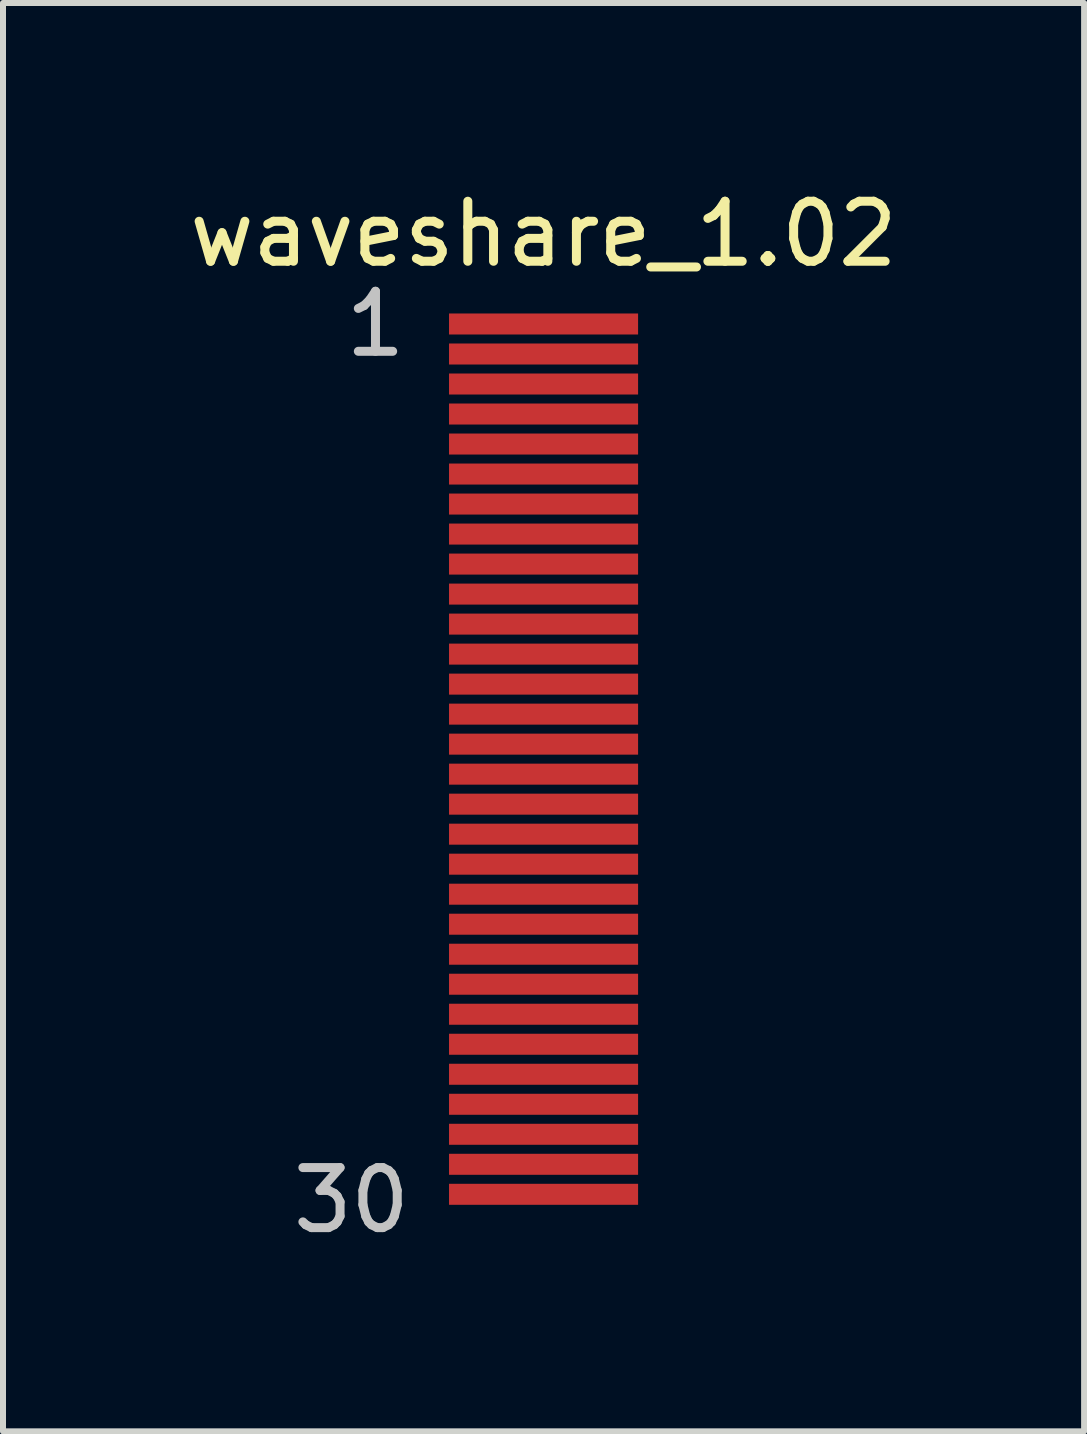
<source format=kicad_pcb>
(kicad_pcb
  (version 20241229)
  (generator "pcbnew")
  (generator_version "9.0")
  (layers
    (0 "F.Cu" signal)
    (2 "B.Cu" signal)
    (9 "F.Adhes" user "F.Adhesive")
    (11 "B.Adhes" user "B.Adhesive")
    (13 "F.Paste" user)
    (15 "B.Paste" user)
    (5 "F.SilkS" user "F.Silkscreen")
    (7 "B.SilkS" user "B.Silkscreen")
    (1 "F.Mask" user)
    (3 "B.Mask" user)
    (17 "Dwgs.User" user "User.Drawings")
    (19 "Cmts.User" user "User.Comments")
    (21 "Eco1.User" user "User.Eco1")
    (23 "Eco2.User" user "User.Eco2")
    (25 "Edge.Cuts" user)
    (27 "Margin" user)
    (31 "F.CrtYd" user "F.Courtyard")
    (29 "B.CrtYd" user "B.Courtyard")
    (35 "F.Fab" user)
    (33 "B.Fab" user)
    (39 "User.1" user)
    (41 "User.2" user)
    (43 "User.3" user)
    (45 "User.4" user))
  (footprint "waveshare_1.02"
    (layer "F.Cu")
    (at 6.006 0.348)
    (property "Reference" "waveshare_1.02" (at 0 0.5 0) (layer "F.SilkS") (effects (font (size 1 1) (thickness 0.15))))
    (attr through_hole)
    (fp_text user "30" (at -3.2 16.6 0) (layer "Dwgs.User") (effects (font (size 1 1) (thickness 0.15))))
    (fp_text user "1" (at -2.8 2 0) (layer "Dwgs.User") (effects (font (size 1 1) (thickness 0.15))))
    (pad "1" smd rect (at 0 2) (size 3.15 0.35) (layers "F.Cu" "F.Mask" "F.Paste"))
    (pad "2" smd rect (at 0 2.5) (size 3.15 0.35) (layers "F.Cu" "F.Mask" "F.Paste"))
    (pad "3" smd rect (at 0 3) (size 3.15 0.35) (layers "F.Cu" "F.Mask" "F.Paste"))
    (pad "4" smd rect (at 0 3.5) (size 3.15 0.35) (layers "F.Cu" "F.Mask" "F.Paste"))
    (pad "5" smd rect (at 0 4) (size 3.15 0.35) (layers "F.Cu" "F.Mask" "F.Paste"))
    (pad "6" smd rect (at 0 4.5) (size 3.15 0.35) (layers "F.Cu" "F.Mask" "F.Paste"))
    (pad "7" smd rect (at 0 5) (size 3.15 0.35) (layers "F.Cu" "F.Mask" "F.Paste"))
    (pad "8" smd rect (at 0 5.5) (size 3.15 0.35) (layers "F.Cu" "F.Mask" "F.Paste"))
    (pad "9" smd rect (at 0 6) (size 3.15 0.35) (layers "F.Cu" "F.Mask" "F.Paste"))
    (pad "10" smd rect (at 0 6.5) (size 3.15 0.35) (layers "F.Cu" "F.Mask" "F.Paste"))
    (pad "11" smd rect (at 0 7) (size 3.15 0.35) (layers "F.Cu" "F.Mask" "F.Paste"))
    (pad "12" smd rect (at 0 7.5) (size 3.15 0.35) (layers "F.Cu" "F.Mask" "F.Paste"))
    (pad "13" smd rect (at 0 8) (size 3.15 0.35) (layers "F.Cu" "F.Mask" "F.Paste"))
    (pad "14" smd rect (at 0 8.5) (size 3.15 0.35) (layers "F.Cu" "F.Mask" "F.Paste"))
    (pad "15" smd rect (at 0 9) (size 3.15 0.35) (layers "F.Cu" "F.Mask" "F.Paste"))
    (pad "16" smd rect (at 0 9.5) (size 3.15 0.35) (layers "F.Cu" "F.Mask" "F.Paste"))
    (pad "17" smd rect (at 0 10) (size 3.15 0.35) (layers "F.Cu" "F.Mask" "F.Paste"))
    (pad "18" smd rect (at 0 10.5) (size 3.15 0.35) (layers "F.Cu" "F.Mask" "F.Paste"))
    (pad "19" smd rect (at 0 11) (size 3.15 0.35) (layers "F.Cu" "F.Mask" "F.Paste"))
    (pad "20" smd rect (at 0 11.5) (size 3.15 0.35) (layers "F.Cu" "F.Mask" "F.Paste"))
    (pad "21" smd rect (at 0 12) (size 3.15 0.35) (layers "F.Cu" "F.Mask" "F.Paste"))
    (pad "22" smd rect (at 0 12.5) (size 3.15 0.35) (layers "F.Cu" "F.Mask" "F.Paste"))
    (pad "23" smd rect (at 0 13) (size 3.15 0.35) (layers "F.Cu" "F.Mask" "F.Paste"))
    (pad "24" smd rect (at 0 13.5) (size 3.15 0.35) (layers "F.Cu" "F.Mask" "F.Paste"))
    (pad "25" smd rect (at 0 14) (size 3.15 0.35) (layers "F.Cu" "F.Mask" "F.Paste"))
    (pad "26" smd rect (at 0 14.5) (size 3.15 0.35) (layers "F.Cu" "F.Mask" "F.Paste"))
    (pad "27" smd rect (at 0 15) (size 3.15 0.35) (layers "F.Cu" "F.Mask" "F.Paste"))
    (pad "28" smd rect (at 0 15.5) (size 3.15 0.35) (layers "F.Cu" "F.Mask" "F.Paste"))
    (pad "29" smd rect (at 0 16) (size 3.15 0.35) (layers "F.Cu" "F.Mask" "F.Paste"))
    (pad "30" smd rect (at 0 16.5) (size 3.15 0.35) (layers "F.Cu" "F.Mask" "F.Paste")))
  (gr_rect
    (start -3 -3)
    (end 15.012 20.797)
    (stroke (width 0.1) (type default))
    (fill no)
    (layer "Edge.Cuts")))
</source>
